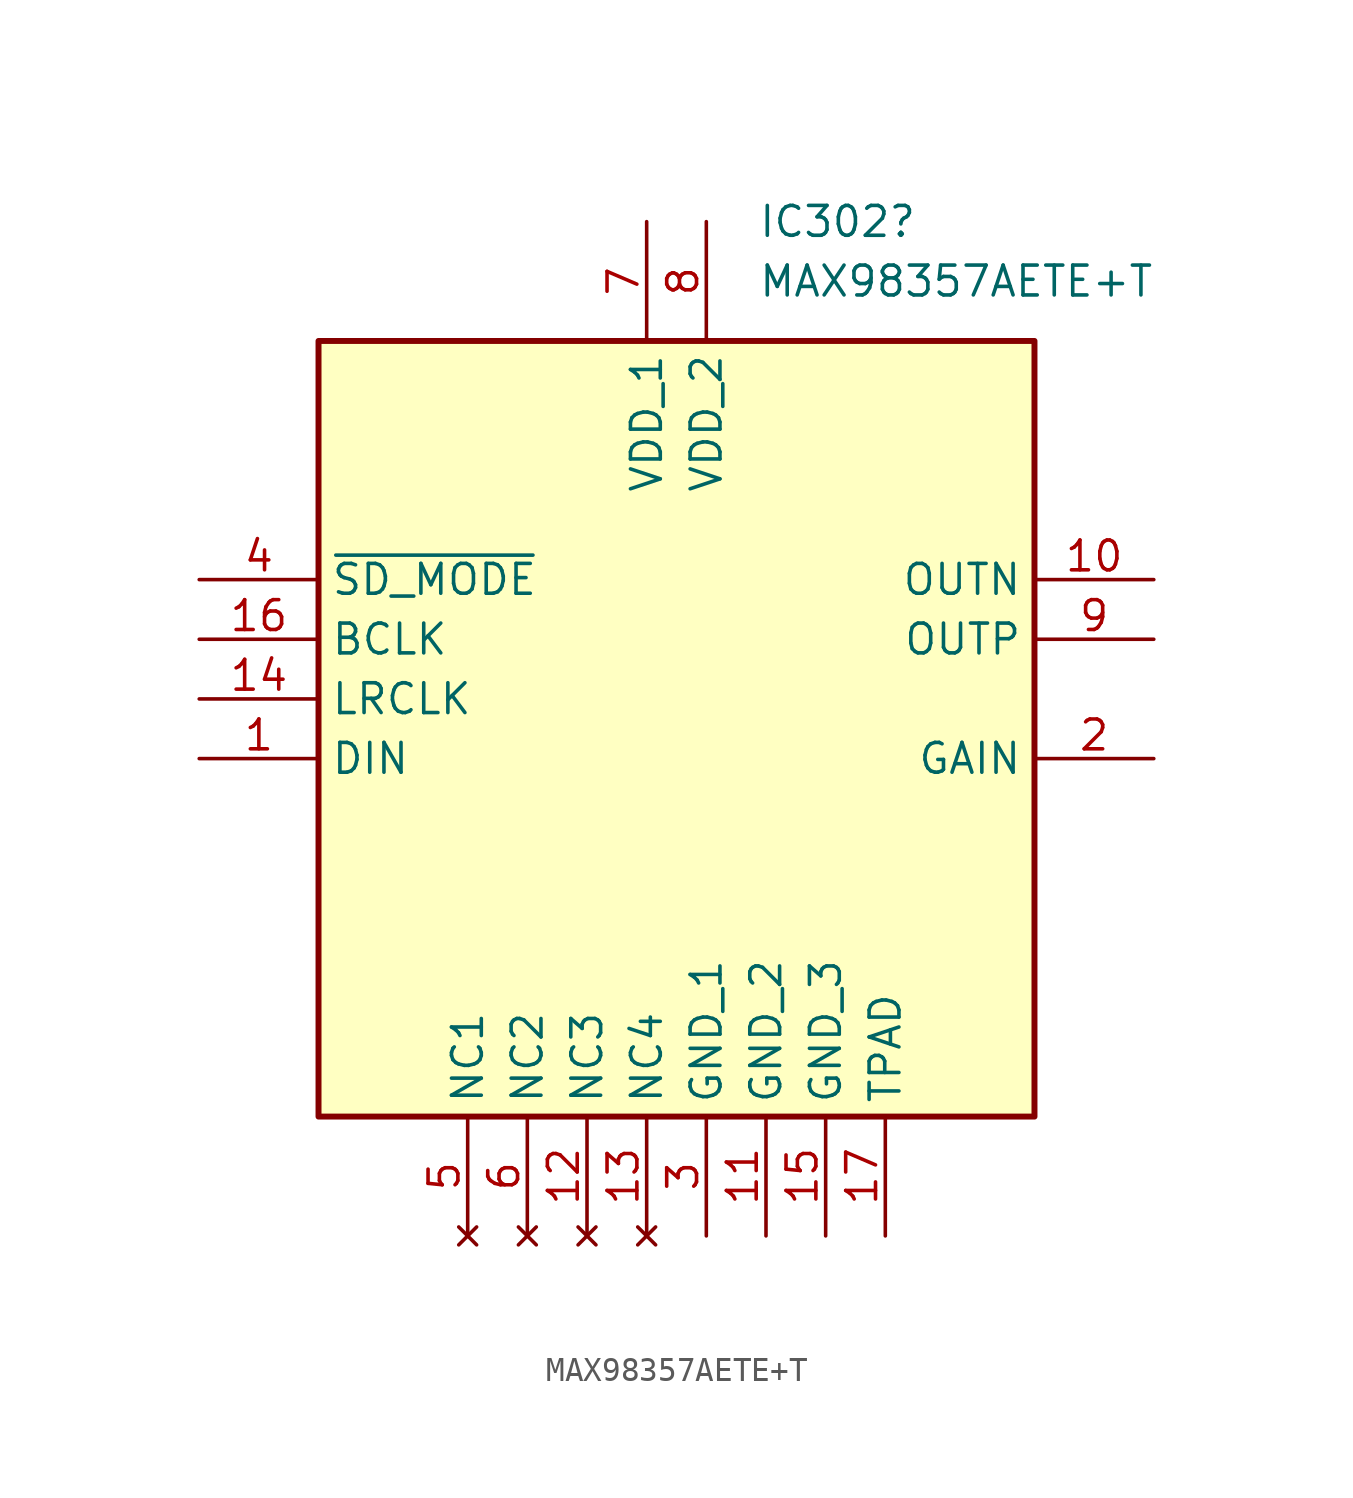
<source format=kicad_sym>
(kicad_symbol_lib
  (version 20220914)
  (generator kicad_symbol_editor)
  (symbol "MAX98357AETE+T"
    (property "Reference" "IC302"
      (at 23.784 17.78 0)
      (effects (font (size 1.27 1.27)) (justify left)))
    (property "Value" "MAX98357AETE+T"
      (at 23.784 15.24 0)
      (effects (font (size 1.27 1.27)) (justify left)))
    (symbol "MAX98357AETE+T_1_1"
      (rectangle (start 5.08 12.7) (end 35.56 -20.32) (stroke (width 0.254) (type default)) (fill (type background)))
      (pin input line (at 0 -5.08 0) (length 5.08) (name "DIN" (effects (font (size 1.27 1.27)))) (number "1" (effects (font (size 1.27 1.27)))))
      (pin output line (at 40.64 2.54 180) (length 5.08) (name "OUTN" (effects (font (size 1.27 1.27)))) (number "10" (effects (font (size 1.27 1.27)))))
      (pin power_in line (at 24.13 -25.4 90) (length 5.08) (name "GND_2" (effects (font (size 1.27 1.27)))) (number "11" (effects (font (size 1.27 1.27)))))
      (pin no_connect line (at 16.51 -25.4 90) (length 5.08) (name "NC3" (effects (font (size 1.27 1.27)))) (number "12" (effects (font (size 1.27 1.27)))))
      (pin no_connect line (at 19.05 -25.4 90) (length 5.08) (name "NC4" (effects (font (size 1.27 1.27)))) (number "13" (effects (font (size 1.27 1.27)))))
      (pin input line (at 0 -2.54 0) (length 5.08) (name "LRCLK" (effects (font (size 1.27 1.27)))) (number "14" (effects (font (size 1.27 1.27)))))
      (pin power_in line (at 26.67 -25.4 90) (length 5.08) (name "GND_3" (effects (font (size 1.27 1.27)))) (number "15" (effects (font (size 1.27 1.27)))))
      (pin input line (at 0 0 0) (length 5.08) (name "BCLK" (effects (font (size 1.27 1.27)))) (number "16" (effects (font (size 1.27 1.27)))))
      (pin power_in line (at 29.21 -25.4 90) (length 5.08) (name "TPAD" (effects (font (size 1.27 1.27)))) (number "17" (effects (font (size 1.27 1.27)))))
      (pin passive line (at 40.64 -5.08 180) (length 5.08) (name "GAIN" (effects (font (size 1.27 1.27)))) (number "2" (effects (font (size 1.27 1.27)))))
      (pin power_in line (at 21.59 -25.4 90) (length 5.08) (name "GND_1" (effects (font (size 1.27 1.27)))) (number "3" (effects (font (size 1.27 1.27)))))
      (pin input line (at 0 2.54 0) (length 5.08) (name "~{SD_MODE}" (effects (font (size 1.27 1.27)))) (number "4" (effects (font (size 1.27 1.27)))))
      (pin no_connect line (at 11.43 -25.4 90) (length 5.08) (name "NC1" (effects (font (size 1.27 1.27)))) (number "5" (effects (font (size 1.27 1.27)))))
      (pin no_connect line (at 13.97 -25.4 90) (length 5.08) (name "NC2" (effects (font (size 1.27 1.27)))) (number "6" (effects (font (size 1.27 1.27)))))
      (pin power_in line (at 19.05 17.78 270) (length 5.08) (name "VDD_1" (effects (font (size 1.27 1.27)))) (number "7" (effects (font (size 1.27 1.27)))))
      (pin power_in line (at 21.59 17.78 270) (length 5.08) (name "VDD_2" (effects (font (size 1.27 1.27)))) (number "8" (effects (font (size 1.27 1.27)))))
      (pin output line (at 40.64 0 180) (length 5.08) (name "OUTP" (effects (font (size 1.27 1.27)))) (number "9" (effects (font (size 1.27 1.27))))))))
</source>
